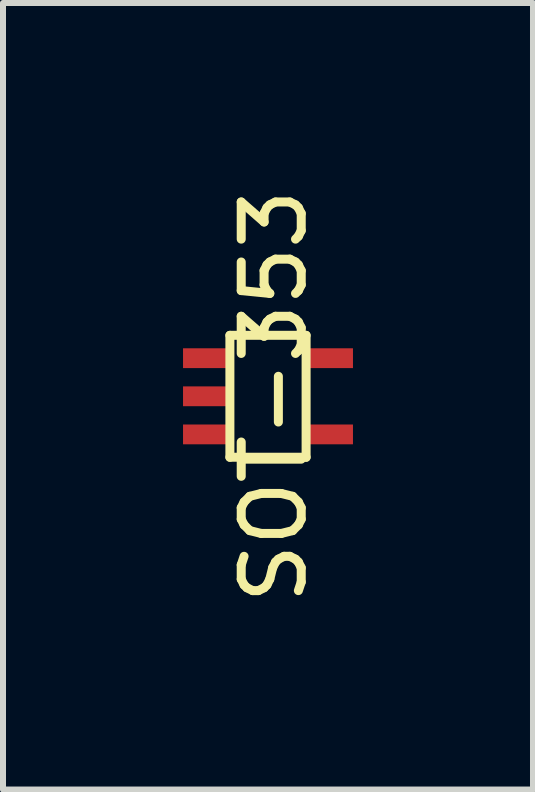
<source format=kicad_pcb>
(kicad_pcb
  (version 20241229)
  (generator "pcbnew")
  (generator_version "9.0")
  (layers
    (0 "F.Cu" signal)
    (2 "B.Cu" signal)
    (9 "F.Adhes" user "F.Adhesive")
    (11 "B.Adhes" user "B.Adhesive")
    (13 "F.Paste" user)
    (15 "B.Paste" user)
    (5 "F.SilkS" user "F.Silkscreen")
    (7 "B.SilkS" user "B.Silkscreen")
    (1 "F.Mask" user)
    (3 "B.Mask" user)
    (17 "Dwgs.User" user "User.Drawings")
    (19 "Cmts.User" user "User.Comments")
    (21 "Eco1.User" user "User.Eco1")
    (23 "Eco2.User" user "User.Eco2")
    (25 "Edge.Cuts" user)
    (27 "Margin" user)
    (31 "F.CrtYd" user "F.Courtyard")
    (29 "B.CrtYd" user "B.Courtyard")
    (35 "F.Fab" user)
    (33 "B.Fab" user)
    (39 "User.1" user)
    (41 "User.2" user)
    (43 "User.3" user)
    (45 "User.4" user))
  (footprint "SOT-353"
    (layer "F.Cu")
    (at 1.416 3.554)
    (property "Reference" "SOT-353" (at 0.099 0 90) (layer "F.SilkS") (effects (font (size 1 1) (thickness 0.15))))
    (attr smd)
    (fp_line (start -0.635 -1.016) (end -0.635 1.016) (stroke (width 0.15) (type solid)) (layer "F.SilkS"))
    (fp_line (start -0.635 1.016) (end 0.635 1.016) (stroke (width 0.15) (type solid)) (layer "F.SilkS"))
    (fp_line (start 0.635 -1.016) (end -0.635 -1.016) (stroke (width 0.15) (type solid)) (layer "F.SilkS"))
    (fp_line (start 0.635 1.016) (end 0.635 -1.016) (stroke (width 0.15) (type solid)) (layer "F.SilkS"))
    (pad "1" smd rect (at -1.016 -0.635) (size 0.8 0.33) (layers "F.Cu" "F.Mask" "F.Paste"))
    (pad "2" smd rect (at -1.016 0) (size 0.8 0.33) (layers "F.Cu" "F.Mask" "F.Paste"))
    (pad "3" smd rect (at -1.016 0.635) (size 0.8 0.33) (layers "F.Cu" "F.Mask" "F.Paste"))
    (pad "4" smd rect (at 1.016 0.635) (size 0.8 0.33) (layers "F.Cu" "F.Mask" "F.Paste"))
    (pad "5" smd rect (at 1.016 -0.635) (size 0.8 0.33) (layers "F.Cu" "F.Mask" "F.Paste")))
  (gr_rect
    (start -3 -3)
    (end 5.832 10.107)
    (stroke (width 0.1) (type default))
    (fill no)
    (layer "Edge.Cuts")))
</source>
